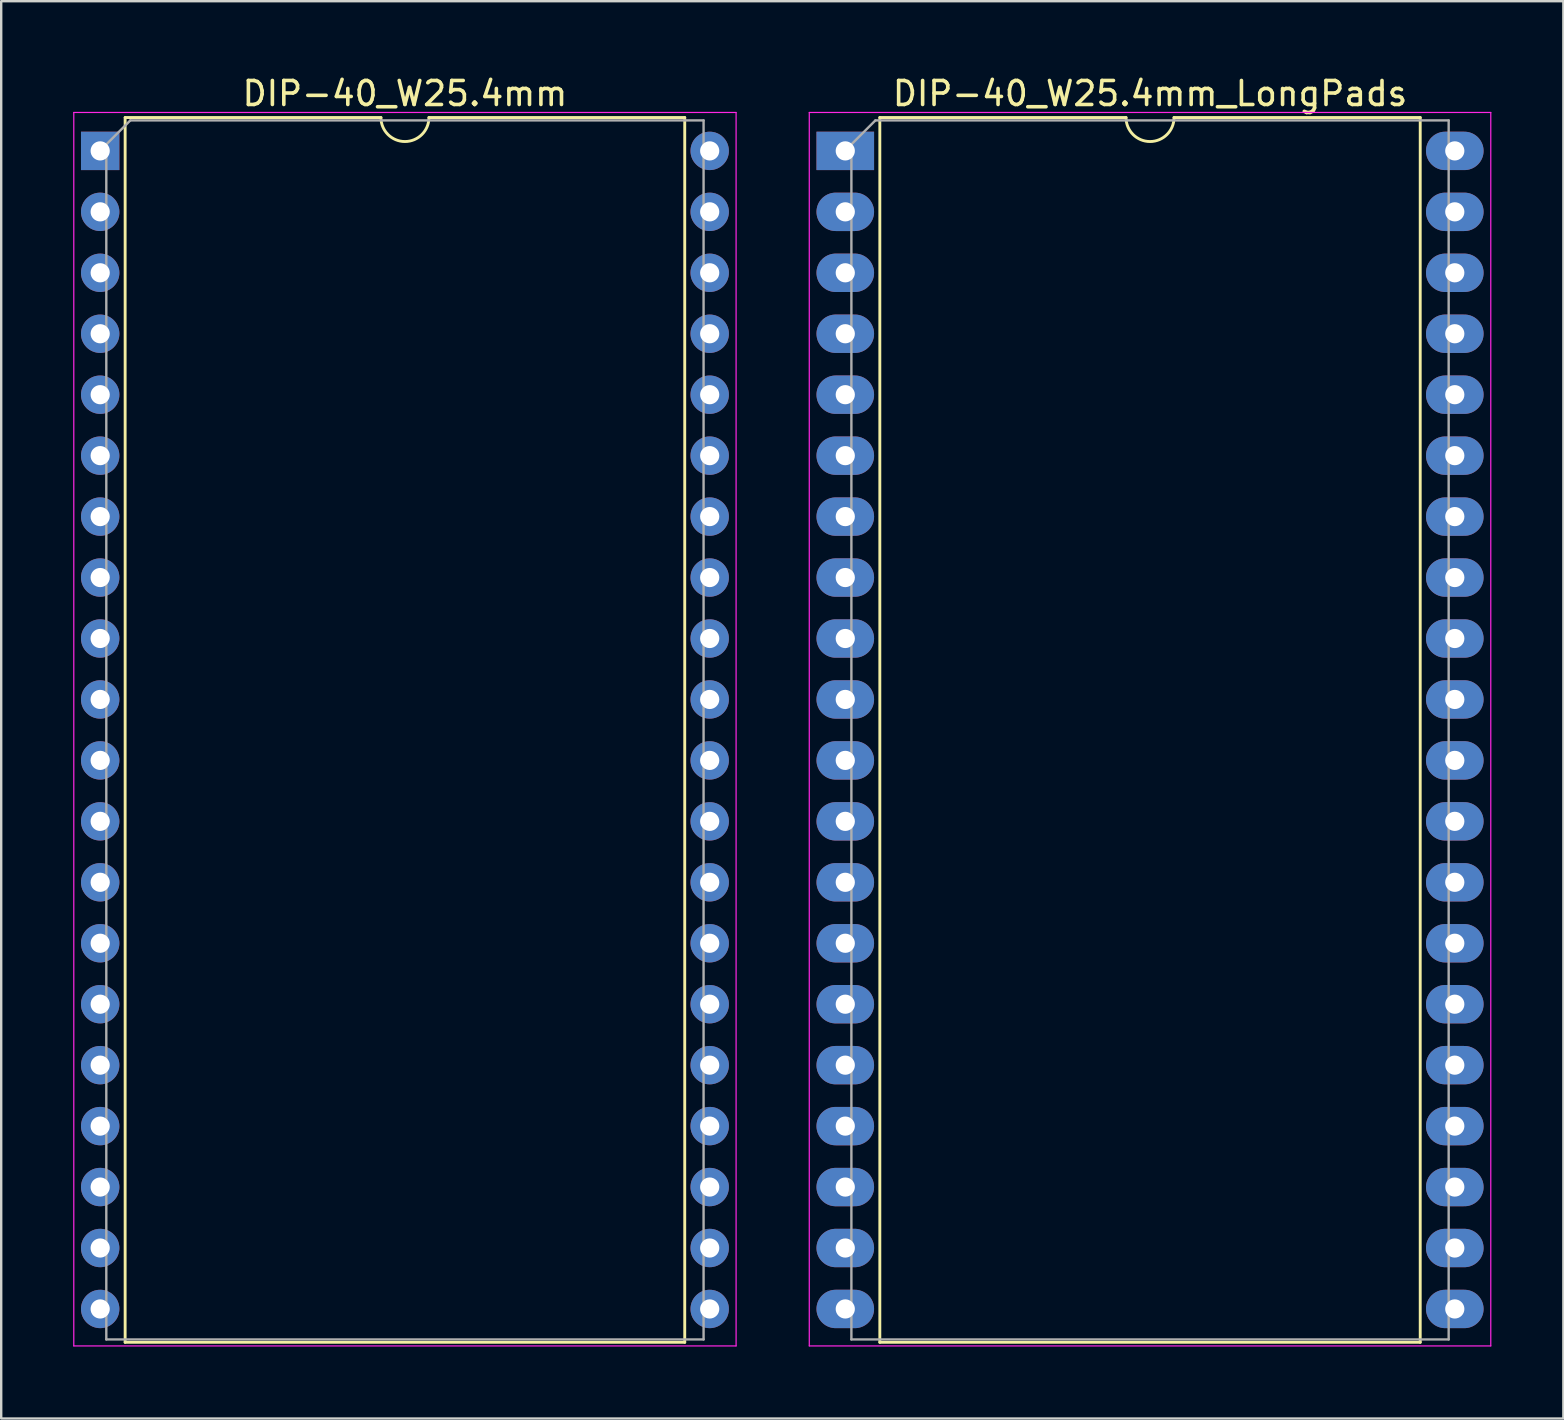
<source format=kicad_pcb>
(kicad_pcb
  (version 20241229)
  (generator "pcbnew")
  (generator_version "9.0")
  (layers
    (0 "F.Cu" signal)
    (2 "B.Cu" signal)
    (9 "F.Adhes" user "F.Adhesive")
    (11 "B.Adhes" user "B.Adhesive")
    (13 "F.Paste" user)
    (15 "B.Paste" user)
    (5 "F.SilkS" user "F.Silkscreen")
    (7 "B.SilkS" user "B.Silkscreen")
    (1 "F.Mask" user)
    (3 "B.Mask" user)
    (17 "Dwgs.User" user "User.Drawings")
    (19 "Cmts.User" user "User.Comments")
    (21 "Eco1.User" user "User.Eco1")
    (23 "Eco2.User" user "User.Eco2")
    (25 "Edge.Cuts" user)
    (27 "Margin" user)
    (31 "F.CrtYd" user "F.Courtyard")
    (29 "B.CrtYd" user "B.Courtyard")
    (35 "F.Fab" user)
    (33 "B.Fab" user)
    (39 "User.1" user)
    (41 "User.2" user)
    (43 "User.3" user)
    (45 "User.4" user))
  (footprint "DIP-40_W25.4mm"
    (layer "F.Cu")
    (at 1.125 3.238)
    (property "Reference" "DIP-40_W25.4mm" (at 12.7 -2.39 0) (layer "F.SilkS") (effects (font (size 1 1) (thickness 0.15))))
    (attr through_hole)
    (fp_line (start 1.04 -1.39) (end 1.04 49.65) (stroke (width 0.12) (type solid)) (layer "F.SilkS"))
    (fp_line (start 1.04 49.65) (end 24.36 49.65) (stroke (width 0.12) (type solid)) (layer "F.SilkS"))
    (fp_line (start 11.7 -1.39) (end 1.04 -1.39) (stroke (width 0.12) (type solid)) (layer "F.SilkS"))
    (fp_line (start 24.36 -1.39) (end 13.7 -1.39) (stroke (width 0.12) (type solid)) (layer "F.SilkS"))
    (fp_line (start 24.36 49.65) (end 24.36 -1.39) (stroke (width 0.12) (type solid)) (layer "F.SilkS"))
    (fp_arc (start 13.7 -1.39) (mid 12.7 -0.39) (end 11.7 -1.39) (stroke (width 0.12) (type solid)) (layer "F.SilkS"))
    (fp_line (start -1.1 -1.6) (end -1.1 49.8) (stroke (width 0.05) (type solid)) (layer "F.CrtYd"))
    (fp_line (start -1.1 49.8) (end 26.5 49.8) (stroke (width 0.05) (type solid)) (layer "F.CrtYd"))
    (fp_line (start 26.5 -1.6) (end -1.1 -1.6) (stroke (width 0.05) (type solid)) (layer "F.CrtYd"))
    (fp_line (start 26.5 49.8) (end 26.5 -1.6) (stroke (width 0.05) (type solid)) (layer "F.CrtYd"))
    (fp_line (start 0.255 -0.27) (end 1.255 -1.27) (stroke (width 0.1) (type solid)) (layer "F.Fab"))
    (fp_line (start 0.255 49.53) (end 0.255 -0.27) (stroke (width 0.1) (type solid)) (layer "F.Fab"))
    (fp_line (start 1.255 -1.27) (end 25.145 -1.27) (stroke (width 0.1) (type solid)) (layer "F.Fab"))
    (fp_line (start 25.145 -1.27) (end 25.145 49.53) (stroke (width 0.1) (type solid)) (layer "F.Fab"))
    (fp_line (start 25.145 49.53) (end 0.255 49.53) (stroke (width 0.1) (type solid)) (layer "F.Fab"))
    (pad "1" thru_hole rect (at 0 0) (size 1.6 1.6) (drill 0.8) (layers "*.Cu" "*.Mask"))
    (pad "2" thru_hole oval (at 0 2.54) (size 1.6 1.6) (drill 0.8) (layers "*.Cu" "*.Mask"))
    (pad "3" thru_hole oval (at 0 5.08) (size 1.6 1.6) (drill 0.8) (layers "*.Cu" "*.Mask"))
    (pad "4" thru_hole oval (at 0 7.62) (size 1.6 1.6) (drill 0.8) (layers "*.Cu" "*.Mask"))
    (pad "5" thru_hole oval (at 0 10.16) (size 1.6 1.6) (drill 0.8) (layers "*.Cu" "*.Mask"))
    (pad "6" thru_hole oval (at 0 12.7) (size 1.6 1.6) (drill 0.8) (layers "*.Cu" "*.Mask"))
    (pad "7" thru_hole oval (at 0 15.24) (size 1.6 1.6) (drill 0.8) (layers "*.Cu" "*.Mask"))
    (pad "8" thru_hole oval (at 0 17.78) (size 1.6 1.6) (drill 0.8) (layers "*.Cu" "*.Mask"))
    (pad "9" thru_hole oval (at 0 20.32) (size 1.6 1.6) (drill 0.8) (layers "*.Cu" "*.Mask"))
    (pad "10" thru_hole oval (at 0 22.86) (size 1.6 1.6) (drill 0.8) (layers "*.Cu" "*.Mask"))
    (pad "11" thru_hole oval (at 0 25.4) (size 1.6 1.6) (drill 0.8) (layers "*.Cu" "*.Mask"))
    (pad "12" thru_hole oval (at 0 27.94) (size 1.6 1.6) (drill 0.8) (layers "*.Cu" "*.Mask"))
    (pad "13" thru_hole oval (at 0 30.48) (size 1.6 1.6) (drill 0.8) (layers "*.Cu" "*.Mask"))
    (pad "14" thru_hole oval (at 0 33.02) (size 1.6 1.6) (drill 0.8) (layers "*.Cu" "*.Mask"))
    (pad "15" thru_hole oval (at 0 35.56) (size 1.6 1.6) (drill 0.8) (layers "*.Cu" "*.Mask"))
    (pad "16" thru_hole oval (at 0 38.1) (size 1.6 1.6) (drill 0.8) (layers "*.Cu" "*.Mask"))
    (pad "17" thru_hole oval (at 0 40.64) (size 1.6 1.6) (drill 0.8) (layers "*.Cu" "*.Mask"))
    (pad "18" thru_hole oval (at 0 43.18) (size 1.6 1.6) (drill 0.8) (layers "*.Cu" "*.Mask"))
    (pad "19" thru_hole oval (at 0 45.72) (size 1.6 1.6) (drill 0.8) (layers "*.Cu" "*.Mask"))
    (pad "20" thru_hole oval (at 0 48.26) (size 1.6 1.6) (drill 0.8) (layers "*.Cu" "*.Mask"))
    (pad "21" thru_hole oval (at 25.4 48.26) (size 1.6 1.6) (drill 0.8) (layers "*.Cu" "*.Mask"))
    (pad "22" thru_hole oval (at 25.4 45.72) (size 1.6 1.6) (drill 0.8) (layers "*.Cu" "*.Mask"))
    (pad "23" thru_hole oval (at 25.4 43.18) (size 1.6 1.6) (drill 0.8) (layers "*.Cu" "*.Mask"))
    (pad "24" thru_hole oval (at 25.4 40.64) (size 1.6 1.6) (drill 0.8) (layers "*.Cu" "*.Mask"))
    (pad "25" thru_hole oval (at 25.4 38.1) (size 1.6 1.6) (drill 0.8) (layers "*.Cu" "*.Mask"))
    (pad "26" thru_hole oval (at 25.4 35.56) (size 1.6 1.6) (drill 0.8) (layers "*.Cu" "*.Mask"))
    (pad "27" thru_hole oval (at 25.4 33.02) (size 1.6 1.6) (drill 0.8) (layers "*.Cu" "*.Mask"))
    (pad "28" thru_hole oval (at 25.4 30.48) (size 1.6 1.6) (drill 0.8) (layers "*.Cu" "*.Mask"))
    (pad "29" thru_hole oval (at 25.4 27.94) (size 1.6 1.6) (drill 0.8) (layers "*.Cu" "*.Mask"))
    (pad "30" thru_hole oval (at 25.4 25.4) (size 1.6 1.6) (drill 0.8) (layers "*.Cu" "*.Mask"))
    (pad "31" thru_hole oval (at 25.4 22.86) (size 1.6 1.6) (drill 0.8) (layers "*.Cu" "*.Mask"))
    (pad "32" thru_hole oval (at 25.4 20.32) (size 1.6 1.6) (drill 0.8) (layers "*.Cu" "*.Mask"))
    (pad "33" thru_hole oval (at 25.4 17.78) (size 1.6 1.6) (drill 0.8) (layers "*.Cu" "*.Mask"))
    (pad "34" thru_hole oval (at 25.4 15.24) (size 1.6 1.6) (drill 0.8) (layers "*.Cu" "*.Mask"))
    (pad "35" thru_hole oval (at 25.4 12.7) (size 1.6 1.6) (drill 0.8) (layers "*.Cu" "*.Mask"))
    (pad "36" thru_hole oval (at 25.4 10.16) (size 1.6 1.6) (drill 0.8) (layers "*.Cu" "*.Mask"))
    (pad "37" thru_hole oval (at 25.4 7.62) (size 1.6 1.6) (drill 0.8) (layers "*.Cu" "*.Mask"))
    (pad "38" thru_hole oval (at 25.4 5.08) (size 1.6 1.6) (drill 0.8) (layers "*.Cu" "*.Mask"))
    (pad "39" thru_hole oval (at 25.4 2.54) (size 1.6 1.6) (drill 0.8) (layers "*.Cu" "*.Mask"))
    (pad "40" thru_hole oval (at 25.4 0) (size 1.6 1.6) (drill 0.8) (layers "*.Cu" "*.Mask")))
  (footprint "DIP-40_W25.4mm_LongPads"
    (layer "F.Cu")
    (at 32.175 3.238)
    (property "Reference" "DIP-40_W25.4mm_LongPads" (at 12.7 -2.39 0) (layer "F.SilkS") (effects (font (size 1 1) (thickness 0.15))))
    (attr through_hole)
    (fp_line (start 1.44 -1.39) (end 1.44 49.65) (stroke (width 0.12) (type solid)) (layer "F.SilkS"))
    (fp_line (start 1.44 49.65) (end 23.96 49.65) (stroke (width 0.12) (type solid)) (layer "F.SilkS"))
    (fp_line (start 11.7 -1.39) (end 1.44 -1.39) (stroke (width 0.12) (type solid)) (layer "F.SilkS"))
    (fp_line (start 23.96 -1.39) (end 13.7 -1.39) (stroke (width 0.12) (type solid)) (layer "F.SilkS"))
    (fp_line (start 23.96 49.65) (end 23.96 -1.39) (stroke (width 0.12) (type solid)) (layer "F.SilkS"))
    (fp_arc (start 13.7 -1.39) (mid 12.7 -0.39) (end 11.7 -1.39) (stroke (width 0.12) (type solid)) (layer "F.SilkS"))
    (fp_line (start -1.5 -1.6) (end -1.5 49.8) (stroke (width 0.05) (type solid)) (layer "F.CrtYd"))
    (fp_line (start -1.5 49.8) (end 26.9 49.8) (stroke (width 0.05) (type solid)) (layer "F.CrtYd"))
    (fp_line (start 26.9 -1.6) (end -1.5 -1.6) (stroke (width 0.05) (type solid)) (layer "F.CrtYd"))
    (fp_line (start 26.9 49.8) (end 26.9 -1.6) (stroke (width 0.05) (type solid)) (layer "F.CrtYd"))
    (fp_line (start 0.255 -0.27) (end 1.255 -1.27) (stroke (width 0.1) (type solid)) (layer "F.Fab"))
    (fp_line (start 0.255 49.53) (end 0.255 -0.27) (stroke (width 0.1) (type solid)) (layer "F.Fab"))
    (fp_line (start 1.255 -1.27) (end 25.145 -1.27) (stroke (width 0.1) (type solid)) (layer "F.Fab"))
    (fp_line (start 25.145 -1.27) (end 25.145 49.53) (stroke (width 0.1) (type solid)) (layer "F.Fab"))
    (fp_line (start 25.145 49.53) (end 0.255 49.53) (stroke (width 0.1) (type solid)) (layer "F.Fab"))
    (pad "1" thru_hole rect (at 0 0) (size 2.4 1.6) (drill 0.8) (layers "*.Cu" "*.Mask"))
    (pad "2" thru_hole oval (at 0 2.54) (size 2.4 1.6) (drill 0.8) (layers "*.Cu" "*.Mask"))
    (pad "3" thru_hole oval (at 0 5.08) (size 2.4 1.6) (drill 0.8) (layers "*.Cu" "*.Mask"))
    (pad "4" thru_hole oval (at 0 7.62) (size 2.4 1.6) (drill 0.8) (layers "*.Cu" "*.Mask"))
    (pad "5" thru_hole oval (at 0 10.16) (size 2.4 1.6) (drill 0.8) (layers "*.Cu" "*.Mask"))
    (pad "6" thru_hole oval (at 0 12.7) (size 2.4 1.6) (drill 0.8) (layers "*.Cu" "*.Mask"))
    (pad "7" thru_hole oval (at 0 15.24) (size 2.4 1.6) (drill 0.8) (layers "*.Cu" "*.Mask"))
    (pad "8" thru_hole oval (at 0 17.78) (size 2.4 1.6) (drill 0.8) (layers "*.Cu" "*.Mask"))
    (pad "9" thru_hole oval (at 0 20.32) (size 2.4 1.6) (drill 0.8) (layers "*.Cu" "*.Mask"))
    (pad "10" thru_hole oval (at 0 22.86) (size 2.4 1.6) (drill 0.8) (layers "*.Cu" "*.Mask"))
    (pad "11" thru_hole oval (at 0 25.4) (size 2.4 1.6) (drill 0.8) (layers "*.Cu" "*.Mask"))
    (pad "12" thru_hole oval (at 0 27.94) (size 2.4 1.6) (drill 0.8) (layers "*.Cu" "*.Mask"))
    (pad "13" thru_hole oval (at 0 30.48) (size 2.4 1.6) (drill 0.8) (layers "*.Cu" "*.Mask"))
    (pad "14" thru_hole oval (at 0 33.02) (size 2.4 1.6) (drill 0.8) (layers "*.Cu" "*.Mask"))
    (pad "15" thru_hole oval (at 0 35.56) (size 2.4 1.6) (drill 0.8) (layers "*.Cu" "*.Mask"))
    (pad "16" thru_hole oval (at 0 38.1) (size 2.4 1.6) (drill 0.8) (layers "*.Cu" "*.Mask"))
    (pad "17" thru_hole oval (at 0 40.64) (size 2.4 1.6) (drill 0.8) (layers "*.Cu" "*.Mask"))
    (pad "18" thru_hole oval (at 0 43.18) (size 2.4 1.6) (drill 0.8) (layers "*.Cu" "*.Mask"))
    (pad "19" thru_hole oval (at 0 45.72) (size 2.4 1.6) (drill 0.8) (layers "*.Cu" "*.Mask"))
    (pad "20" thru_hole oval (at 0 48.26) (size 2.4 1.6) (drill 0.8) (layers "*.Cu" "*.Mask"))
    (pad "21" thru_hole oval (at 25.4 48.26) (size 2.4 1.6) (drill 0.8) (layers "*.Cu" "*.Mask"))
    (pad "22" thru_hole oval (at 25.4 45.72) (size 2.4 1.6) (drill 0.8) (layers "*.Cu" "*.Mask"))
    (pad "23" thru_hole oval (at 25.4 43.18) (size 2.4 1.6) (drill 0.8) (layers "*.Cu" "*.Mask"))
    (pad "24" thru_hole oval (at 25.4 40.64) (size 2.4 1.6) (drill 0.8) (layers "*.Cu" "*.Mask"))
    (pad "25" thru_hole oval (at 25.4 38.1) (size 2.4 1.6) (drill 0.8) (layers "*.Cu" "*.Mask"))
    (pad "26" thru_hole oval (at 25.4 35.56) (size 2.4 1.6) (drill 0.8) (layers "*.Cu" "*.Mask"))
    (pad "27" thru_hole oval (at 25.4 33.02) (size 2.4 1.6) (drill 0.8) (layers "*.Cu" "*.Mask"))
    (pad "28" thru_hole oval (at 25.4 30.48) (size 2.4 1.6) (drill 0.8) (layers "*.Cu" "*.Mask"))
    (pad "29" thru_hole oval (at 25.4 27.94) (size 2.4 1.6) (drill 0.8) (layers "*.Cu" "*.Mask"))
    (pad "30" thru_hole oval (at 25.4 25.4) (size 2.4 1.6) (drill 0.8) (layers "*.Cu" "*.Mask"))
    (pad "31" thru_hole oval (at 25.4 22.86) (size 2.4 1.6) (drill 0.8) (layers "*.Cu" "*.Mask"))
    (pad "32" thru_hole oval (at 25.4 20.32) (size 2.4 1.6) (drill 0.8) (layers "*.Cu" "*.Mask"))
    (pad "33" thru_hole oval (at 25.4 17.78) (size 2.4 1.6) (drill 0.8) (layers "*.Cu" "*.Mask"))
    (pad "34" thru_hole oval (at 25.4 15.24) (size 2.4 1.6) (drill 0.8) (layers "*.Cu" "*.Mask"))
    (pad "35" thru_hole oval (at 25.4 12.7) (size 2.4 1.6) (drill 0.8) (layers "*.Cu" "*.Mask"))
    (pad "36" thru_hole oval (at 25.4 10.16) (size 2.4 1.6) (drill 0.8) (layers "*.Cu" "*.Mask"))
    (pad "37" thru_hole oval (at 25.4 7.62) (size 2.4 1.6) (drill 0.8) (layers "*.Cu" "*.Mask"))
    (pad "38" thru_hole oval (at 25.4 5.08) (size 2.4 1.6) (drill 0.8) (layers "*.Cu" "*.Mask"))
    (pad "39" thru_hole oval (at 25.4 2.54) (size 2.4 1.6) (drill 0.8) (layers "*.Cu" "*.Mask"))
    (pad "40" thru_hole oval (at 25.4 0) (size 2.4 1.6) (drill 0.8) (layers "*.Cu" "*.Mask")))
  (gr_rect
    (start -3 -3)
    (end 62.1 56.063)
    (stroke (width 0.1) (type default))
    (fill no)
    (layer "Edge.Cuts")))
</source>
